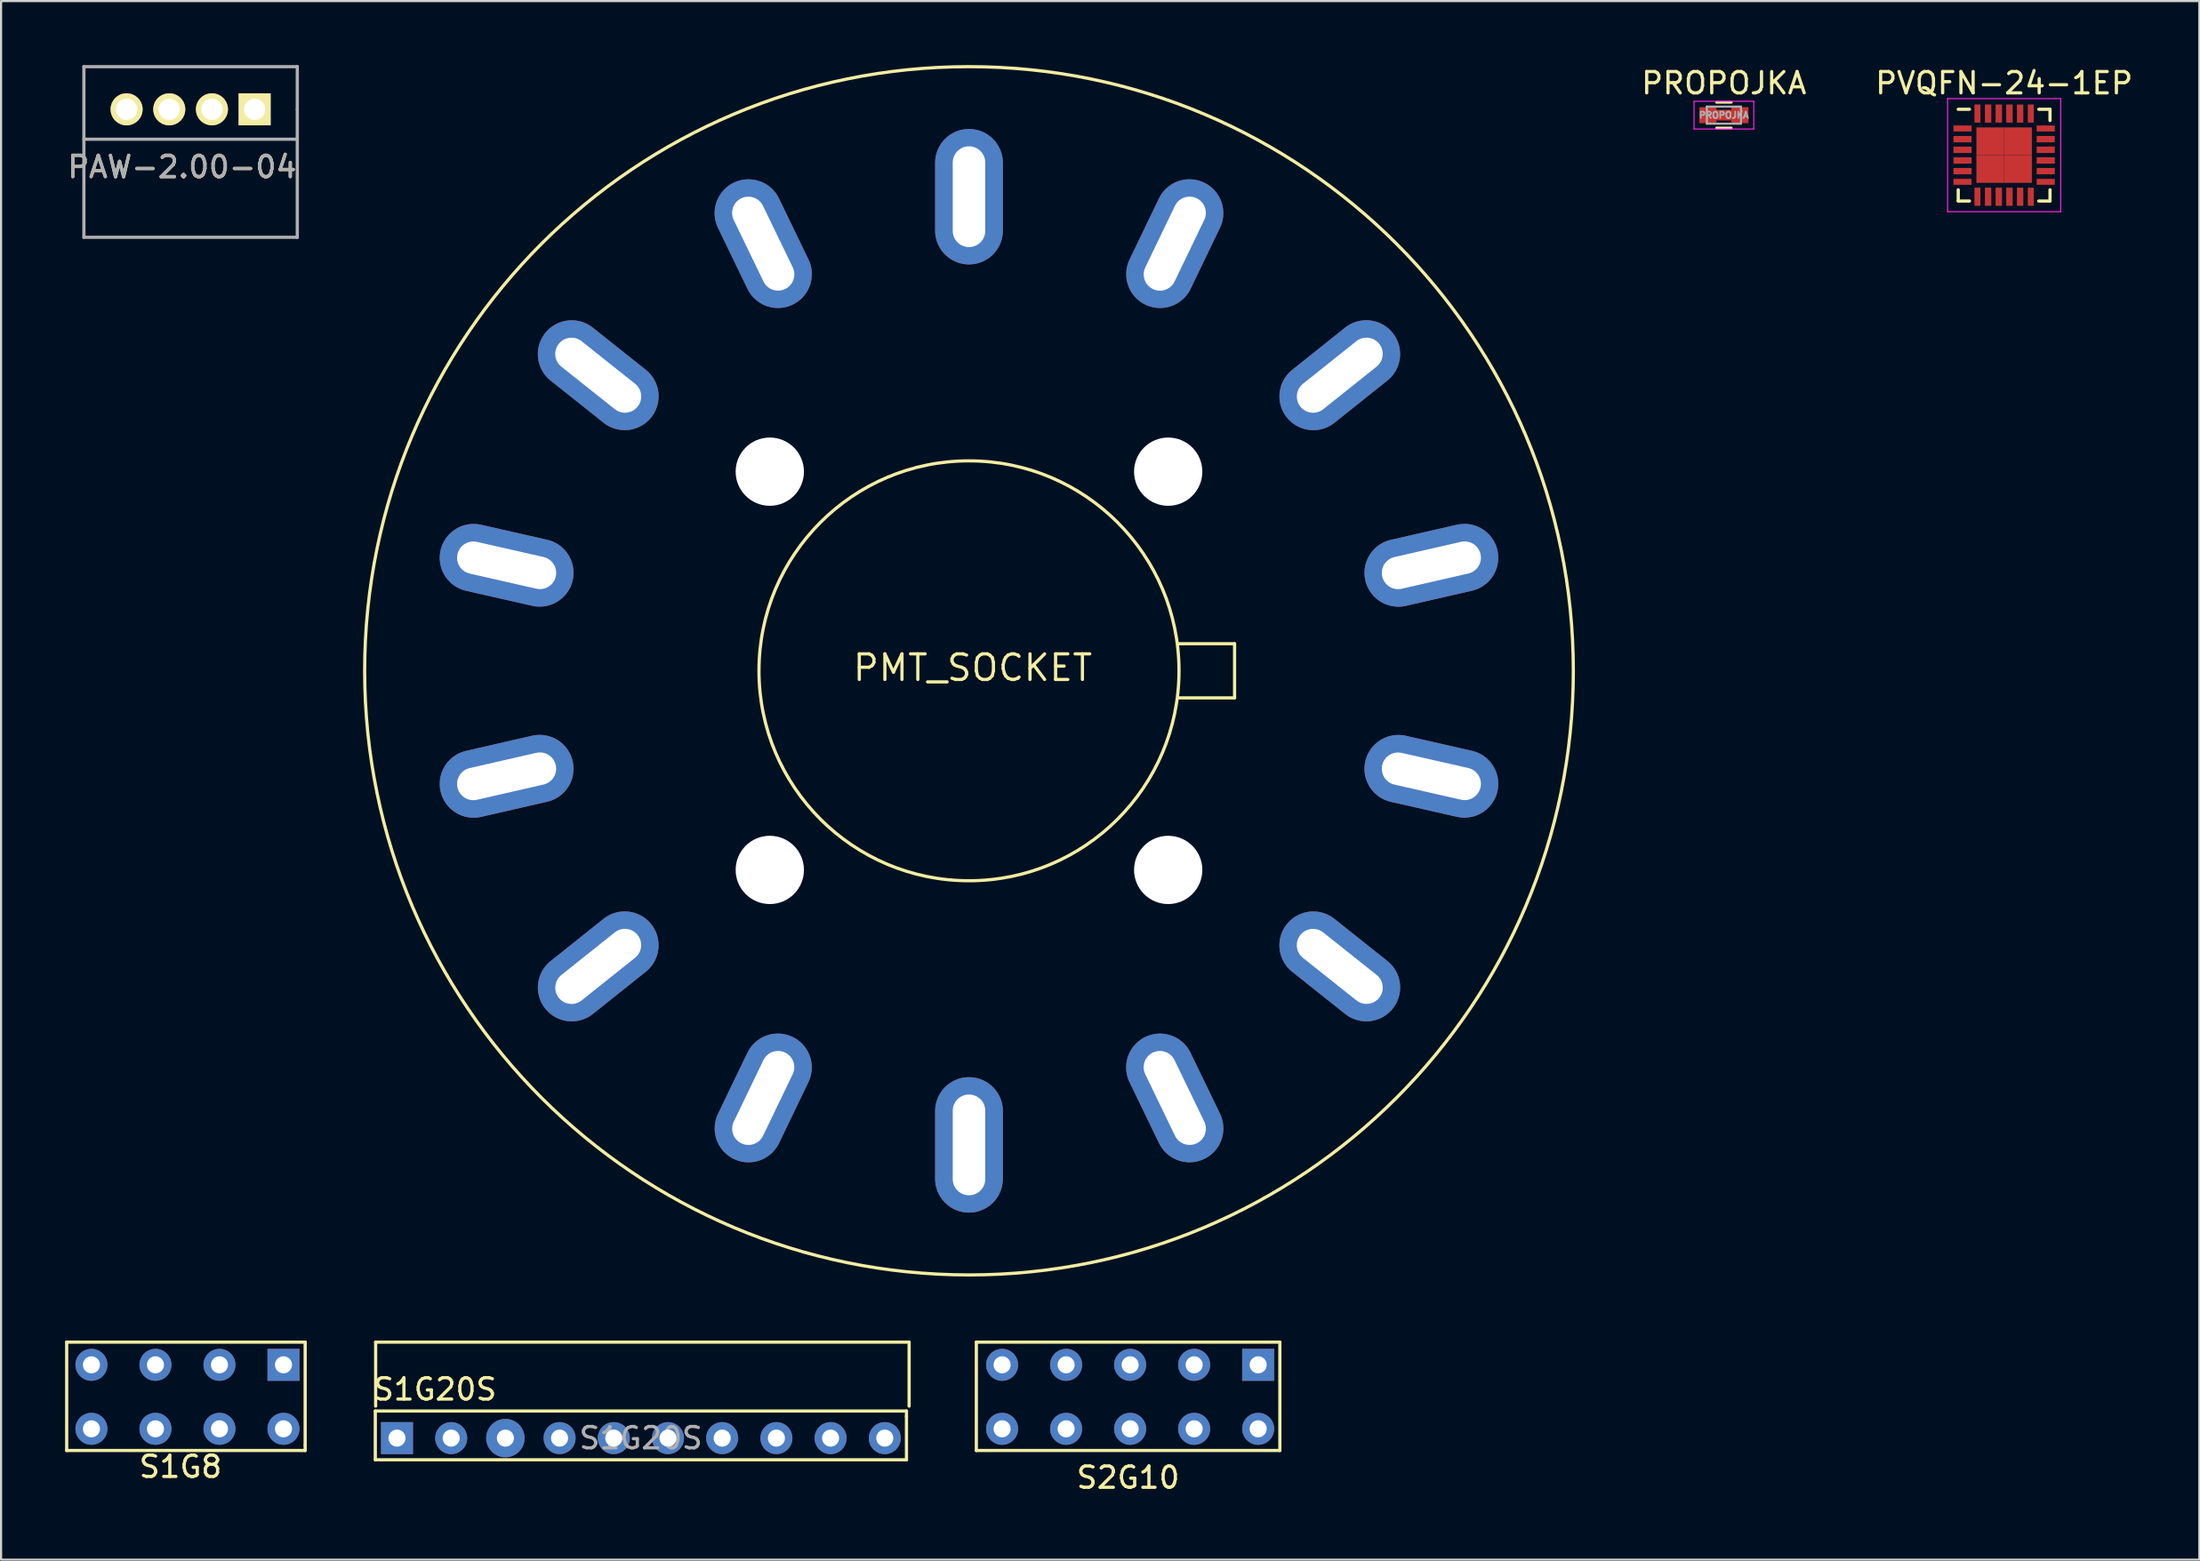
<source format=kicad_pcb>
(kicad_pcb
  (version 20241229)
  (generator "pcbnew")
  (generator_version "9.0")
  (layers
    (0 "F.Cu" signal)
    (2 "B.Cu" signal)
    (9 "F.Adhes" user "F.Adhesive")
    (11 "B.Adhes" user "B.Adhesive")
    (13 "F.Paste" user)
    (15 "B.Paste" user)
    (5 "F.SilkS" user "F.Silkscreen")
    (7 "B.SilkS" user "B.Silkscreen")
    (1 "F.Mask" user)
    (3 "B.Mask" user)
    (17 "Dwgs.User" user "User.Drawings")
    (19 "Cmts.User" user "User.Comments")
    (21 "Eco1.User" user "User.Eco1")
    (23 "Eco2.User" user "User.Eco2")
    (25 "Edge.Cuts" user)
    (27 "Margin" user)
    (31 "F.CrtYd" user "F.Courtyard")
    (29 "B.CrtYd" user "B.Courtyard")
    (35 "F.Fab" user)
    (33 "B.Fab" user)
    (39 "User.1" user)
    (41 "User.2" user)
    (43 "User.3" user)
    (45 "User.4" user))
  (footprint "PROPOJKA"
    (layer "F.Cu")
    (at 77.738 2.348)
    (property "Reference" "PROPOJKA" (at 0 -1.5 0) (layer "F.SilkS") (effects (font (size 1 1) (thickness 0.15))))
    (attr smd)
    (fp_line (start -0.6 0) (end 0.4 0) (stroke (width 0.5) (type solid)) (layer "F.Cu"))
    (fp_line (start -0.35 -0.6) (end 0.35 -0.6) (stroke (width 0.12) (type solid)) (layer "F.SilkS"))
    (fp_line (start 0.35 0.6) (end -0.35 0.6) (stroke (width 0.12) (type solid)) (layer "F.SilkS"))
    (fp_line (start -1.4 -0.65) (end -1.4 0.65) (stroke (width 0.05) (type solid)) (layer "F.CrtYd"))
    (fp_line (start -1.4 -0.65) (end 1.4 -0.65) (stroke (width 0.05) (type solid)) (layer "F.CrtYd"))
    (fp_line (start 1.4 0.65) (end -1.4 0.65) (stroke (width 0.05) (type solid)) (layer "F.CrtYd"))
    (fp_line (start 1.4 0.65) (end 1.4 -0.65) (stroke (width 0.05) (type solid)) (layer "F.CrtYd"))
    (fp_line (start -0.8 -0.4) (end 0.8 -0.4) (stroke (width 0.1) (type solid)) (layer "F.Fab"))
    (fp_line (start -0.8 0.4) (end -0.8 -0.4) (stroke (width 0.1) (type solid)) (layer "F.Fab"))
    (fp_line (start 0.8 -0.4) (end 0.8 0.4) (stroke (width 0.1) (type solid)) (layer "F.Fab"))
    (fp_line (start 0.8 0.4) (end -0.8 0.4) (stroke (width 0.1) (type solid)) (layer "F.Fab"))
    (fp_text user "${REFERENCE}" (at 0 0 0) (layer "F.Fab") (effects (font (size 0.3 0.3) (thickness 0.075))))
    (pad "1" smd rect (at -0.75 0) (size 0.8 0.75) (layers "F.Cu" "F.Mask" "F.Paste"))
    (pad "2" smd rect (at 0.75 0) (size 0.8 0.75) (layers "F.Cu" "F.Paste")))
  (footprint "PVQFN-24-1EP"
    (layer "F.Cu")
    (at 90.869 4.223)
    (property "Reference" "PVQFN-24-1EP" (at 0 -3.375 0) (layer "F.SilkS") (effects (font (size 1 1) (thickness 0.15))))
    (attr smd)
    (fp_line (start -2.15 -2.15) (end -1.625 -2.15) (stroke (width 0.15) (type solid)) (layer "F.SilkS"))
    (fp_line (start -2.15 2.15) (end -2.15 1.625) (stroke (width 0.15) (type solid)) (layer "F.SilkS"))
    (fp_line (start -2.15 2.15) (end -1.625 2.15) (stroke (width 0.15) (type solid)) (layer "F.SilkS"))
    (fp_line (start 2.15 -2.15) (end 1.625 -2.15) (stroke (width 0.15) (type solid)) (layer "F.SilkS"))
    (fp_line (start 2.15 -2.15) (end 2.15 -1.625) (stroke (width 0.15) (type solid)) (layer "F.SilkS"))
    (fp_line (start 2.15 2.15) (end 1.625 2.15) (stroke (width 0.15) (type solid)) (layer "F.SilkS"))
    (fp_line (start 2.15 2.15) (end 2.15 1.625) (stroke (width 0.15) (type solid)) (layer "F.SilkS"))
    (fp_line (start -2.65 -2.65) (end -2.65 2.65) (stroke (width 0.05) (type solid)) (layer "F.CrtYd"))
    (fp_line (start -2.65 -2.65) (end 2.65 -2.65) (stroke (width 0.05) (type solid)) (layer "F.CrtYd"))
    (fp_line (start -2.65 2.65) (end 2.65 2.65) (stroke (width 0.05) (type solid)) (layer "F.CrtYd"))
    (fp_line (start 2.65 -2.65) (end 2.65 2.65) (stroke (width 0.05) (type solid)) (layer "F.CrtYd"))
    (pad "1" smd rect (at -1.95 -1.25) (size 0.85 0.28) (layers "F.Cu" "F.Mask" "F.Paste"))
    (pad "2" smd rect (at -1.95 -0.75) (size 0.85 0.3) (layers "F.Cu" "F.Mask" "F.Paste"))
    (pad "3" smd rect (at -1.95 -0.25) (size 0.85 0.3) (layers "F.Cu" "F.Mask" "F.Paste"))
    (pad "4" smd rect (at -1.95 0.25) (size 0.85 0.3) (layers "F.Cu" "F.Mask" "F.Paste"))
    (pad "5" smd rect (at -1.95 0.75) (size 0.85 0.3) (layers "F.Cu" "F.Mask" "F.Paste"))
    (pad "6" smd rect (at -1.95 1.25) (size 0.85 0.28) (layers "F.Cu" "F.Mask" "F.Paste"))
    (pad "7" smd rect (at -1.25 1.95 90) (size 0.85 0.28) (layers "F.Cu" "F.Mask" "F.Paste"))
    (pad "8" smd rect (at -0.75 1.95 90) (size 0.85 0.3) (layers "F.Cu" "F.Mask" "F.Paste"))
    (pad "9" smd rect (at -0.25 1.95 90) (size 0.85 0.3) (layers "F.Cu" "F.Mask" "F.Paste"))
    (pad "10" smd rect (at 0.25 1.95 90) (size 0.85 0.3) (layers "F.Cu" "F.Mask" "F.Paste"))
    (pad "11" smd rect (at 0.75 1.95 90) (size 0.85 0.3) (layers "F.Cu" "F.Mask" "F.Paste"))
    (pad "12" smd rect (at 1.25 1.95 90) (size 0.85 0.28) (layers "F.Cu" "F.Mask" "F.Paste"))
    (pad "13" smd rect (at 1.95 1.25) (size 0.85 0.28) (layers "F.Cu" "F.Mask" "F.Paste"))
    (pad "14" smd rect (at 1.95 0.75) (size 0.85 0.3) (layers "F.Cu" "F.Mask" "F.Paste"))
    (pad "15" smd rect (at 1.95 0.25) (size 0.85 0.3) (layers "F.Cu" "F.Mask" "F.Paste"))
    (pad "16" smd rect (at 1.95 -0.25) (size 0.85 0.3) (layers "F.Cu" "F.Mask" "F.Paste"))
    (pad "17" smd rect (at 1.95 -0.75) (size 0.85 0.3) (layers "F.Cu" "F.Mask" "F.Paste"))
    (pad "18" smd rect (at 1.95 -1.25) (size 0.85 0.28) (layers "F.Cu" "F.Mask" "F.Paste"))
    (pad "19" smd rect (at 1.25 -1.95 90) (size 0.85 0.28) (layers "F.Cu" "F.Mask" "F.Paste"))
    (pad "20" smd rect (at 0.75 -1.95 90) (size 0.85 0.3) (layers "F.Cu" "F.Mask" "F.Paste"))
    (pad "21" smd rect (at 0.25 -1.95 90) (size 0.85 0.3) (layers "F.Cu" "F.Mask" "F.Paste"))
    (pad "22" smd rect (at -0.25 -1.95 90) (size 0.85 0.3) (layers "F.Cu" "F.Mask" "F.Paste"))
    (pad "23" smd rect (at -0.75 -1.95 90) (size 0.85 0.3) (layers "F.Cu" "F.Mask" "F.Paste"))
    (pad "24" smd rect (at -1.25 -1.95 90) (size 0.85 0.28) (layers "F.Cu" "F.Mask" "F.Paste"))
    (pad "25" smd rect (at -0.65 -0.65) (size 1.3 1.3) (layers "F.Cu" "F.Mask" "F.Paste"))
    (pad "25" smd rect (at -0.65 0.65) (size 1.3 1.3) (layers "F.Cu" "F.Mask" "F.Paste"))
    (pad "25" smd rect (at 0.65 -0.65) (size 1.3 1.3) (layers "F.Cu" "F.Mask" "F.Paste"))
    (pad "25" smd rect (at 0.65 0.65) (size 1.3 1.3) (layers "F.Cu" "F.Mask" "F.Paste")))
  (footprint "PAW-2.00-04"
    (layer "F.Cu")
    (at 8.882 2.075)
    (property "Reference" "PAW-2.00-04" (at -3.4 2.7 0) (layer "F.SilkS") (effects (font (size 1 1) (thickness 0.15))))
    (attr through_hole)
    (fp_line (start -8 -2) (end 2 -2) (stroke (width 0.15) (type solid)) (layer "F.Fab"))
    (fp_line (start -8 6) (end -8 -2) (stroke (width 0.15) (type solid)) (layer "F.Fab"))
    (fp_line (start 2 -2) (end 2 0) (stroke (width 0.15) (type solid)) (layer "F.Fab"))
    (fp_line (start 2 0) (end 2 6) (stroke (width 0.15) (type solid)) (layer "F.Fab"))
    (fp_line (start 2 1.4) (end -8 1.4) (stroke (width 0.15) (type solid)) (layer "F.Fab"))
    (fp_line (start 2 6) (end -8 6) (stroke (width 0.15) (type solid)) (layer "F.Fab"))
    (fp_text user "${REFERENCE}" (at -3.4 2.7 0) (layer "F.Fab") (effects (font (size 1 1) (thickness 0.15))))
    (pad "1" thru_hole rect (at 0 0) (size 1.5 1.5) (drill 1) (layers "*.Cu" "*.Mask" "F.SilkS"))
    (pad "2" thru_hole circle (at -2 0) (size 1.5 1.5) (drill 1) (layers "*.Cu" "*.Mask" "F.SilkS"))
    (pad "3" thru_hole circle (at -4 0) (size 1.5 1.5) (drill 1) (layers "*.Cu" "*.Mask" "F.SilkS"))
    (pad "4" thru_hole circle (at -6 0) (size 1.5 1.5) (drill 1) (layers "*.Cu" "*.Mask" "F.SilkS")))
  (footprint "S1G8"
    (layer "F.Cu")
    (at 10.235 63.931)
    (property "Reference" "S1G8" (at -4.826 1.778 0) (layer "F.SilkS") (effects (font (size 1 1) (thickness 0.15))))
    (attr through_hole)
    (fp_line (start -10.16 -4.064) (end 1.016 -4.064) (stroke (width 0.15) (type solid)) (layer "F.SilkS"))
    (fp_line (start -10.16 1.016) (end -10.16 -4.064) (stroke (width 0.15) (type solid)) (layer "F.SilkS"))
    (fp_line (start 1.016 -4.064) (end 1.016 0.762) (stroke (width 0.15) (type solid)) (layer "F.SilkS"))
    (fp_line (start 1.016 0.762) (end 1.016 1.016) (stroke (width 0.15) (type solid)) (layer "F.SilkS"))
    (fp_line (start 1.016 1.016) (end -10.16 1.016) (stroke (width 0.15) (type solid)) (layer "F.SilkS"))
    (pad "1" thru_hole rect (at 0 -3) (size 1.5 1.5) (drill 0.8) (layers "*.Cu" "*.Mask"))
    (pad "2" thru_hole circle (at 0 0) (size 1.5 1.5) (drill 0.8) (layers "*.Cu" "*.Mask"))
    (pad "3" thru_hole circle (at -3 -3) (size 1.5 1.5) (drill 0.8) (layers "*.Cu" "*.Mask"))
    (pad "4" thru_hole circle (at -3 0) (size 1.5 1.5) (drill 0.8) (layers "*.Cu" "*.Mask"))
    (pad "5" thru_hole circle (at -6 -3) (size 1.5 1.5) (drill 0.8) (layers "*.Cu" "*.Mask"))
    (pad "6" thru_hole circle (at -6 0) (size 1.5 1.5) (drill 0.8) (layers "*.Cu" "*.Mask"))
    (pad "7" thru_hole circle (at -9 -3) (size 1.5 1.5) (drill 0.8) (layers "*.Cu" "*.Mask"))
    (pad "8" thru_hole circle (at -9 0) (size 1.5 1.5) (drill 0.8) (layers "*.Cu" "*.Mask")))
  (footprint "PMT_SOCKET"
    (layer "F.Cu")
    (at 42.36 28.396)
    (property "Reference" "PMT_SOCKET" (at 0.173 -0.142 0) (layer "F.SilkS") (effects (font (size 1.2 1.2) (thickness 0.15))))
    (attr through_hole)
    (fp_line (start 9.83 -1.27) (end 12.446 -1.27) (stroke (width 0.15) (type solid)) (layer "F.SilkS"))
    (fp_line (start 12.446 -1.27) (end 12.446 1.27) (stroke (width 0.15) (type solid)) (layer "F.SilkS"))
    (fp_line (start 12.446 1.27) (end 9.83 1.27) (stroke (width 0.15) (type solid)) (layer "F.SilkS"))
    (fp_circle (center 0 0) (end 0 9.842) (stroke (width 0.15) (type solid)) (fill no) (layer "F.SilkS"))
    (fp_circle (center 0 0) (end 0 28.321) (stroke (width 0.15) (type solid)) (fill no) (layer "F.SilkS"))
    (pad "" np_thru_hole circle (at -9.335 -9.335) (size 3.2 3.2) (drill 3.2) (layers "*.Cu" "*.Mask"))
    (pad "" np_thru_hole circle (at -9.335 9.335) (size 3.2 3.2) (drill 3.2) (layers "*.Cu" "*.Mask"))
    (pad "" np_thru_hole circle (at 9.335 -9.335) (size 3.2 3.2) (drill 3.2) (layers "*.Cu" "*.Mask"))
    (pad "" np_thru_hole circle (at 9.335 9.335) (size 3.2 3.2) (drill 3.2) (layers "*.Cu" "*.Mask"))
    (pad "1" thru_hole oval (at 21.668 -4.946 282.9) (size 3.175 6.35) (drill oval 1.524 4.724) (layers "*.Cu" "*.Mask"))
    (pad "2" thru_hole oval (at 17.376 -13.857 308.6) (size 3.175 6.35) (drill oval 1.524 4.724) (layers "*.Cu" "*.Mask"))
    (pad "3" thru_hole oval (at 9.643 -20.024 334.3) (size 3.175 6.35) (drill oval 1.524 4.724) (layers "*.Cu" "*.Mask"))
    (pad "4" thru_hole oval (at 0 -22.225) (size 3.175 6.35) (drill oval 1.524 4.724) (layers "*.Cu" "*.Mask"))
    (pad "5" thru_hole oval (at -9.643 -20.024 25.8) (size 3.175 6.35) (drill oval 1.524 4.724) (layers "*.Cu" "*.Mask"))
    (pad "6" thru_hole oval (at -17.376 -13.857 51.5) (size 3.175 6.35) (drill oval 1.524 4.724) (layers "*.Cu" "*.Mask"))
    (pad "7" thru_hole oval (at -21.668 -4.946 77.2) (size 3.175 6.35) (drill oval 1.524 4.724) (layers "*.Cu" "*.Mask"))
    (pad "8" thru_hole oval (at -21.668 4.946 102.9) (size 3.175 6.35) (drill oval 1.524 4.724) (layers "*.Cu" "*.Mask"))
    (pad "9" thru_hole oval (at -17.376 13.857 128.6) (size 3.175 6.35) (drill oval 1.524 4.724) (layers "*.Cu" "*.Mask"))
    (pad "10" thru_hole oval (at -9.643 20.024 154.3) (size 3.175 6.35) (drill oval 1.524 4.724) (layers "*.Cu" "*.Mask"))
    (pad "11" thru_hole oval (at 0 22.225) (size 3.175 6.35) (drill oval 1.524 4.724) (layers "*.Cu" "*.Mask"))
    (pad "12" thru_hole oval (at 9.643 20.024 205.8) (size 3.175 6.35) (drill oval 1.524 4.724) (layers "*.Cu" "*.Mask"))
    (pad "13" thru_hole oval (at 17.376 13.857 231.5) (size 3.175 6.35) (drill oval 1.524 4.724) (layers "*.Cu" "*.Mask"))
    (pad "14" thru_hole oval (at 21.668 4.946 257.2) (size 3.175 6.35) (drill oval 1.524 4.724) (layers "*.Cu" "*.Mask")))
  (footprint "S1G20S"
    (layer "F.Cu")
    (at 15.554 64.367)
    (property "Reference" "S1G20S" (at 1.778 -2.286 0) (layer "F.SilkS") (effects (font (size 1 1) (thickness 0.15))))
    (attr through_hole)
    (fp_line (start -1.016 -1.27) (end -1.016 1.016) (stroke (width 0.15) (type solid)) (layer "F.SilkS"))
    (fp_line (start -1.016 1.016) (end 23.876 1.016) (stroke (width 0.15) (type solid)) (layer "F.SilkS"))
    (fp_line (start -1 -4.5) (end -1 -1.5) (stroke (width 0.15) (type solid)) (layer "F.SilkS"))
    (fp_line (start 23.876 -1.27) (end -1.016 -1.27) (stroke (width 0.15) (type solid)) (layer "F.SilkS"))
    (fp_line (start 23.876 -1.016) (end 23.876 -1.27) (stroke (width 0.15) (type solid)) (layer "F.SilkS"))
    (fp_line (start 23.876 1.016) (end 23.876 -1.016) (stroke (width 0.15) (type solid)) (layer "F.SilkS"))
    (fp_line (start 24 -4.5) (end -1 -4.5) (stroke (width 0.15) (type solid)) (layer "F.SilkS"))
    (fp_line (start 24 -4.5) (end 24 -1.5) (stroke (width 0.15) (type solid)) (layer "F.SilkS"))
    (fp_text user "${REFERENCE}" (at 11.43 0 0) (layer "F.Fab") (effects (font (size 1 1) (thickness 0.15))))
    (pad "1" thru_hole rect (at 0 0) (size 1.5 1.5) (drill 0.8) (layers "*.Cu" "*.Mask"))
    (pad "2" thru_hole circle (at 2.54 0) (size 1.5 1.5) (drill 0.8) (layers "*.Cu" "*.Mask"))
    (pad "3" thru_hole circle (at 5.08 0) (size 1.8 1.8) (drill 0.8) (layers "*.Cu" "*.Mask"))
    (pad "4" thru_hole circle (at 7.62 0) (size 1.5 1.5) (drill 0.8) (layers "*.Cu" "*.Mask"))
    (pad "5" thru_hole circle (at 10.16 0) (size 1.5 1.5) (drill 0.8) (layers "*.Cu" "*.Mask"))
    (pad "6" thru_hole circle (at 12.7 0) (size 1.5 1.5) (drill 0.8) (layers "*.Cu" "*.Mask"))
    (pad "7" thru_hole circle (at 15.24 0) (size 1.5 1.5) (drill 0.8) (layers "*.Cu" "*.Mask"))
    (pad "8" thru_hole circle (at 17.78 0) (size 1.5 1.5) (drill 0.8) (layers "*.Cu" "*.Mask"))
    (pad "9" thru_hole circle (at 20.32 0) (size 1.5 1.5) (drill 0.8) (layers "*.Cu" "*.Mask"))
    (pad "10" thru_hole circle (at 22.86 0) (size 1.5 1.5) (drill 0.8) (layers "*.Cu" "*.Mask")))
  (footprint "S2G10"
    (layer "F.Cu")
    (at 55.912 63.931)
    (property "Reference" "S2G10" (at -6.096 2.286 0) (layer "F.SilkS") (effects (font (size 1 1) (thickness 0.15))))
    (attr through_hole)
    (fp_line (start -13.208 -4.064) (end 1.016 -4.064) (stroke (width 0.15) (type solid)) (layer "F.SilkS"))
    (fp_line (start -13.208 1.016) (end -13.208 -4.064) (stroke (width 0.15) (type solid)) (layer "F.SilkS"))
    (fp_line (start 1.016 -4.064) (end 1.016 1.016) (stroke (width 0.15) (type solid)) (layer "F.SilkS"))
    (fp_line (start 1.016 1.016) (end -13.208 1.016) (stroke (width 0.15) (type solid)) (layer "F.SilkS"))
    (pad "1" thru_hole rect (at 0 -3) (size 1.5 1.5) (drill 0.8) (layers "*.Cu" "*.Mask"))
    (pad "2" thru_hole circle (at 0 0) (size 1.5 1.5) (drill 0.8) (layers "*.Cu" "*.Mask"))
    (pad "3" thru_hole circle (at -3 -3) (size 1.5 1.5) (drill 0.8) (layers "*.Cu" "*.Mask"))
    (pad "4" thru_hole circle (at -3 0) (size 1.5 1.5) (drill 0.8) (layers "*.Cu" "*.Mask"))
    (pad "5" thru_hole circle (at -6 -3) (size 1.5 1.5) (drill 0.8) (layers "*.Cu" "*.Mask"))
    (pad "6" thru_hole circle (at -6 0) (size 1.5 1.5) (drill 0.8) (layers "*.Cu" "*.Mask"))
    (pad "7" thru_hole circle (at -9 -3) (size 1.5 1.5) (drill 0.8) (layers "*.Cu" "*.Mask"))
    (pad "8" thru_hole circle (at -9 0) (size 1.5 1.5) (drill 0.8) (layers "*.Cu" "*.Mask"))
    (pad "9" thru_hole circle (at -12 -3) (size 1.5 1.5) (drill 0.8) (layers "*.Cu" "*.Mask"))
    (pad "10" thru_hole circle (at -12 0) (size 1.5 1.5) (drill 0.8) (layers "*.Cu" "*.Mask")))
  (gr_rect
    (start -3 -3)
    (end 100.018 70.065)
    (stroke (width 0.1) (type default))
    (fill no)
    (layer "Edge.Cuts")))
</source>
